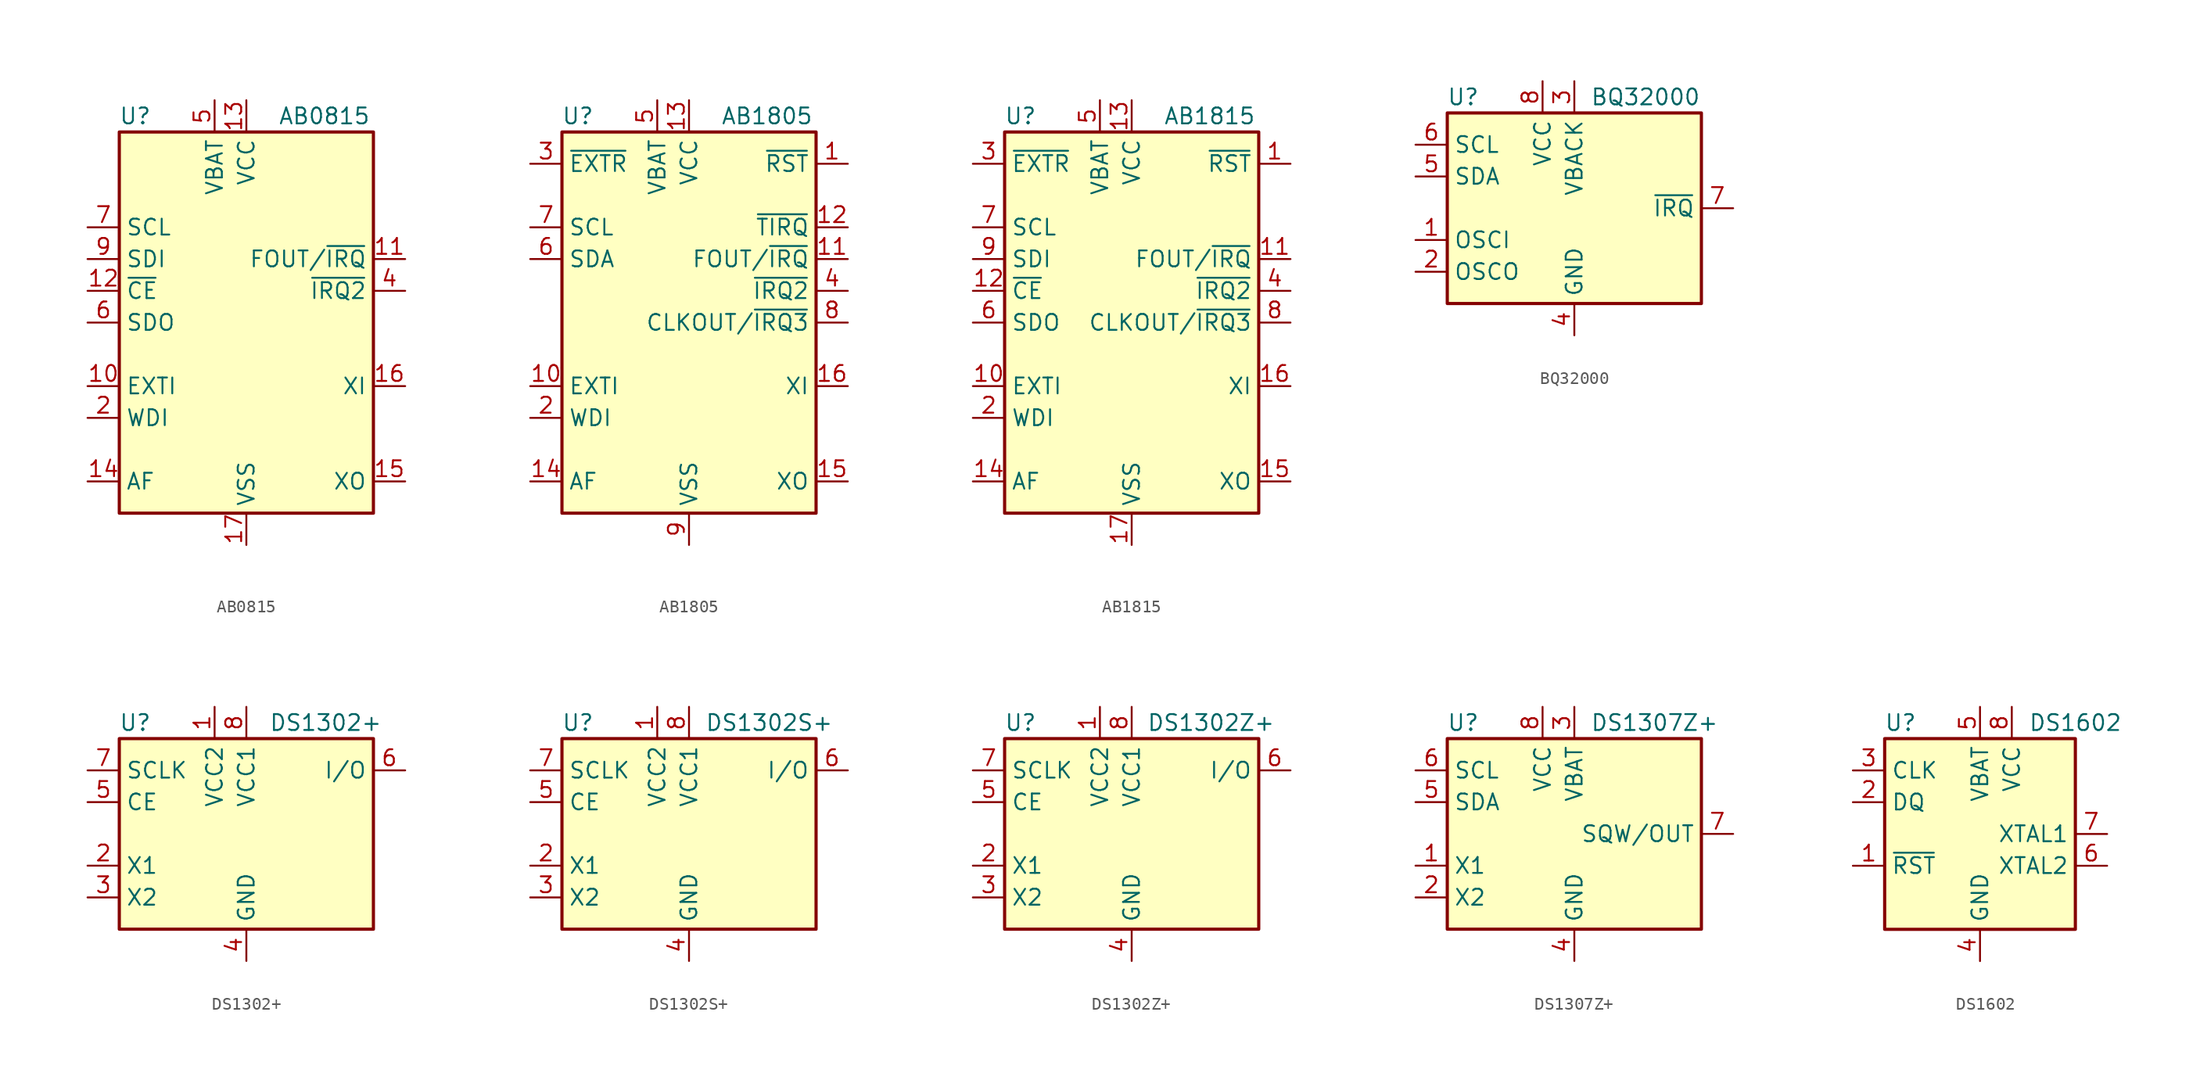
<source format=kicad_sym>
(kicad_symbol_lib
  (version 20211014)
  (generator kicad_symbol_editor)
  (symbol "AB0815"
    (property "Reference" "U"
      (at -8.89 16.51 0)
      (effects (font (size 1.27 1.27))))
    (property "Value" "AB0815"
      (at 2.54 16.51 0)
      (effects (font (size 1.27 1.27)) (justify left)))
    (symbol "AB0815_0_1"
      (rectangle (start -10.16 15.24) (end 10.16 -15.24) (stroke (width 0.254) (type default) (color 0 0 0 0)) (fill (type background))))
    (symbol "AB0815_1_1"
      (pin no_connect line (at -10.16 -2.54 0) (length 2.54) hide (name "NC" (effects (font (size 1.27 1.27)))) (number "1" (effects (font (size 1.27 1.27)))))
      (pin input line (at -12.7 -5.08 0) (length 2.54) (name "EXTI" (effects (font (size 1.27 1.27)))) (number "10" (effects (font (size 1.27 1.27)))))
      (pin open_collector line (at 12.7 5.08 180) (length 2.54) (name "FOUT/~{IRQ}" (effects (font (size 1.27 1.27)))) (number "11" (effects (font (size 1.27 1.27)))))
      (pin input line (at -12.7 2.54 0) (length 2.54) (name "~{CE}" (effects (font (size 1.27 1.27)))) (number "12" (effects (font (size 1.27 1.27)))))
      (pin power_in line (at 0 17.78 270) (length 2.54) (name "VCC" (effects (font (size 1.27 1.27)))) (number "13" (effects (font (size 1.27 1.27)))))
      (pin passive line (at -12.7 -12.7 0) (length 2.54) (name "AF" (effects (font (size 1.27 1.27)))) (number "14" (effects (font (size 1.27 1.27)))))
      (pin output line (at 12.7 -12.7 180) (length 2.54) (name "XO" (effects (font (size 1.27 1.27)))) (number "15" (effects (font (size 1.27 1.27)))))
      (pin input line (at 12.7 -5.08 180) (length 2.54) (name "XI" (effects (font (size 1.27 1.27)))) (number "16" (effects (font (size 1.27 1.27)))))
      (pin power_in line (at 0 -17.78 90) (length 2.54) (name "VSS" (effects (font (size 1.27 1.27)))) (number "17" (effects (font (size 1.27 1.27)))))
      (pin input line (at -12.7 -7.62 0) (length 2.54) (name "WDI" (effects (font (size 1.27 1.27)))) (number "2" (effects (font (size 1.27 1.27)))))
      (pin no_connect line (at -10.16 -10.16 0) (length 2.54) hide (name "NC" (effects (font (size 1.27 1.27)))) (number "3" (effects (font (size 1.27 1.27)))))
      (pin open_collector line (at 12.7 2.54 180) (length 2.54) (name "~{IRQ2}" (effects (font (size 1.27 1.27)))) (number "4" (effects (font (size 1.27 1.27)))))
      (pin power_in line (at -2.54 17.78 270) (length 2.54) (name "VBAT" (effects (font (size 1.27 1.27)))) (number "5" (effects (font (size 1.27 1.27)))))
      (pin output line (at -12.7 0 0) (length 2.54) (name "SDO" (effects (font (size 1.27 1.27)))) (number "6" (effects (font (size 1.27 1.27)))))
      (pin input line (at -12.7 7.62 0) (length 2.54) (name "SCL" (effects (font (size 1.27 1.27)))) (number "7" (effects (font (size 1.27 1.27)))))
      (pin no_connect line (at 10.16 0 180) (length 2.54) hide (name "NC" (effects (font (size 1.27 1.27)))) (number "8" (effects (font (size 1.27 1.27)))))
      (pin input line (at -12.7 5.08 0) (length 2.54) (name "SDI" (effects (font (size 1.27 1.27)))) (number "9" (effects (font (size 1.27 1.27)))))))
  (symbol "AB1805"
    (property "Reference" "U"
      (at -8.89 16.51 0)
      (effects (font (size 1.27 1.27))))
    (property "Value" "AB1805"
      (at 2.54 16.51 0)
      (effects (font (size 1.27 1.27)) (justify left)))
    (symbol "AB1805_0_1"
      (rectangle (start -10.16 15.24) (end 10.16 -15.24) (stroke (width 0.254) (type default) (color 0 0 0 0)) (fill (type background))))
    (symbol "AB1805_1_1"
      (pin open_collector line (at 12.7 12.7 180) (length 2.54) (name "~{RST}" (effects (font (size 1.27 1.27)))) (number "1" (effects (font (size 1.27 1.27)))))
      (pin input line (at -12.7 -5.08 0) (length 2.54) (name "EXTI" (effects (font (size 1.27 1.27)))) (number "10" (effects (font (size 1.27 1.27)))))
      (pin open_collector line (at 12.7 5.08 180) (length 2.54) (name "FOUT/~{IRQ}" (effects (font (size 1.27 1.27)))) (number "11" (effects (font (size 1.27 1.27)))))
      (pin open_collector line (at 12.7 7.62 180) (length 2.54) (name "~{TIRQ}" (effects (font (size 1.27 1.27)))) (number "12" (effects (font (size 1.27 1.27)))))
      (pin power_in line (at 0 17.78 270) (length 2.54) (name "VCC" (effects (font (size 1.27 1.27)))) (number "13" (effects (font (size 1.27 1.27)))))
      (pin passive line (at -12.7 -12.7 0) (length 2.54) (name "AF" (effects (font (size 1.27 1.27)))) (number "14" (effects (font (size 1.27 1.27)))))
      (pin output line (at 12.7 -12.7 180) (length 2.54) (name "XO" (effects (font (size 1.27 1.27)))) (number "15" (effects (font (size 1.27 1.27)))))
      (pin input line (at 12.7 -5.08 180) (length 2.54) (name "XI" (effects (font (size 1.27 1.27)))) (number "16" (effects (font (size 1.27 1.27)))))
      (pin passive line (at 0 -17.78 90) (length 2.54) hide (name "VSS" (effects (font (size 1.27 1.27)))) (number "17" (effects (font (size 1.27 1.27)))))
      (pin input line (at -12.7 -7.62 0) (length 2.54) (name "WDI" (effects (font (size 1.27 1.27)))) (number "2" (effects (font (size 1.27 1.27)))))
      (pin input line (at -12.7 12.7 0) (length 2.54) (name "~{EXTR}" (effects (font (size 1.27 1.27)))) (number "3" (effects (font (size 1.27 1.27)))))
      (pin open_collector line (at 12.7 2.54 180) (length 2.54) (name "~{IRQ2}" (effects (font (size 1.27 1.27)))) (number "4" (effects (font (size 1.27 1.27)))))
      (pin power_in line (at -2.54 17.78 270) (length 2.54) (name "VBAT" (effects (font (size 1.27 1.27)))) (number "5" (effects (font (size 1.27 1.27)))))
      (pin bidirectional line (at -12.7 5.08 0) (length 2.54) (name "SDA" (effects (font (size 1.27 1.27)))) (number "6" (effects (font (size 1.27 1.27)))))
      (pin input line (at -12.7 7.62 0) (length 2.54) (name "SCL" (effects (font (size 1.27 1.27)))) (number "7" (effects (font (size 1.27 1.27)))))
      (pin output line (at 12.7 0 180) (length 2.54) (name "CLKOUT/~{IRQ3}" (effects (font (size 1.27 1.27)))) (number "8" (effects (font (size 1.27 1.27)))))
      (pin power_in line (at 0 -17.78 90) (length 2.54) (name "VSS" (effects (font (size 1.27 1.27)))) (number "9" (effects (font (size 1.27 1.27)))))))
  (symbol "AB1815"
    (property "Reference" "U"
      (at -8.89 16.51 0)
      (effects (font (size 1.27 1.27))))
    (property "Value" "AB1815"
      (at 2.54 16.51 0)
      (effects (font (size 1.27 1.27)) (justify left)))
    (symbol "AB1815_0_1"
      (rectangle (start -10.16 15.24) (end 10.16 -15.24) (stroke (width 0.254) (type default) (color 0 0 0 0)) (fill (type background))))
    (symbol "AB1815_1_1"
      (pin open_collector line (at 12.7 12.7 180) (length 2.54) (name "~{RST}" (effects (font (size 1.27 1.27)))) (number "1" (effects (font (size 1.27 1.27)))))
      (pin input line (at -12.7 -5.08 0) (length 2.54) (name "EXTI" (effects (font (size 1.27 1.27)))) (number "10" (effects (font (size 1.27 1.27)))))
      (pin open_collector line (at 12.7 5.08 180) (length 2.54) (name "FOUT/~{IRQ}" (effects (font (size 1.27 1.27)))) (number "11" (effects (font (size 1.27 1.27)))))
      (pin input line (at -12.7 2.54 0) (length 2.54) (name "~{CE}" (effects (font (size 1.27 1.27)))) (number "12" (effects (font (size 1.27 1.27)))))
      (pin power_in line (at 0 17.78 270) (length 2.54) (name "VCC" (effects (font (size 1.27 1.27)))) (number "13" (effects (font (size 1.27 1.27)))))
      (pin passive line (at -12.7 -12.7 0) (length 2.54) (name "AF" (effects (font (size 1.27 1.27)))) (number "14" (effects (font (size 1.27 1.27)))))
      (pin output line (at 12.7 -12.7 180) (length 2.54) (name "XO" (effects (font (size 1.27 1.27)))) (number "15" (effects (font (size 1.27 1.27)))))
      (pin input line (at 12.7 -5.08 180) (length 2.54) (name "XI" (effects (font (size 1.27 1.27)))) (number "16" (effects (font (size 1.27 1.27)))))
      (pin power_in line (at 0 -17.78 90) (length 2.54) (name "VSS" (effects (font (size 1.27 1.27)))) (number "17" (effects (font (size 1.27 1.27)))))
      (pin input line (at -12.7 -7.62 0) (length 2.54) (name "WDI" (effects (font (size 1.27 1.27)))) (number "2" (effects (font (size 1.27 1.27)))))
      (pin input line (at -12.7 12.7 0) (length 2.54) (name "~{EXTR}" (effects (font (size 1.27 1.27)))) (number "3" (effects (font (size 1.27 1.27)))))
      (pin open_collector line (at 12.7 2.54 180) (length 2.54) (name "~{IRQ2}" (effects (font (size 1.27 1.27)))) (number "4" (effects (font (size 1.27 1.27)))))
      (pin power_in line (at -2.54 17.78 270) (length 2.54) (name "VBAT" (effects (font (size 1.27 1.27)))) (number "5" (effects (font (size 1.27 1.27)))))
      (pin output line (at -12.7 0 0) (length 2.54) (name "SDO" (effects (font (size 1.27 1.27)))) (number "6" (effects (font (size 1.27 1.27)))))
      (pin input line (at -12.7 7.62 0) (length 2.54) (name "SCL" (effects (font (size 1.27 1.27)))) (number "7" (effects (font (size 1.27 1.27)))))
      (pin output line (at 12.7 0 180) (length 2.54) (name "CLKOUT/~{IRQ3}" (effects (font (size 1.27 1.27)))) (number "8" (effects (font (size 1.27 1.27)))))
      (pin input line (at -12.7 5.08 0) (length 2.54) (name "SDI" (effects (font (size 1.27 1.27)))) (number "9" (effects (font (size 1.27 1.27)))))))
  (symbol "BQ32000"
    (property "Reference" "U"
      (at -8.89 8.89 0)
      (effects (font (size 1.27 1.27))))
    (property "Value" "BQ32000"
      (at 1.27 8.89 0)
      (effects (font (size 1.27 1.27)) (justify left)))
    (symbol "BQ32000_0_1"
      (rectangle (start -10.16 7.62) (end 10.16 -7.62) (stroke (width 0.254) (type default) (color 0 0 0 0)) (fill (type background))))
    (symbol "BQ32000_1_1"
      (pin input line (at -12.7 -2.54 0) (length 2.54) (name "OSCI" (effects (font (size 1.27 1.27)))) (number "1" (effects (font (size 1.27 1.27)))))
      (pin input line (at -12.7 -5.08 0) (length 2.54) (name "OSCO" (effects (font (size 1.27 1.27)))) (number "2" (effects (font (size 1.27 1.27)))))
      (pin power_in line (at 0 10.16 270) (length 2.54) (name "VBACK" (effects (font (size 1.27 1.27)))) (number "3" (effects (font (size 1.27 1.27)))))
      (pin power_in line (at 0 -10.16 90) (length 2.54) (name "GND" (effects (font (size 1.27 1.27)))) (number "4" (effects (font (size 1.27 1.27)))))
      (pin bidirectional line (at -12.7 2.54 0) (length 2.54) (name "SDA" (effects (font (size 1.27 1.27)))) (number "5" (effects (font (size 1.27 1.27)))))
      (pin input line (at -12.7 5.08 0) (length 2.54) (name "SCL" (effects (font (size 1.27 1.27)))) (number "6" (effects (font (size 1.27 1.27)))))
      (pin open_collector line (at 12.7 0 180) (length 2.54) (name "~{IRQ}" (effects (font (size 1.27 1.27)))) (number "7" (effects (font (size 1.27 1.27)))))
      (pin power_in line (at -2.54 10.16 270) (length 2.54) (name "VCC" (effects (font (size 1.27 1.27)))) (number "8" (effects (font (size 1.27 1.27)))))))
  (symbol "DS1302+"
    (property "Reference" "U"
      (at -8.89 8.89 0)
      (effects (font (size 1.27 1.27))))
    (property "Value" "DS1302+"
      (at 6.35 8.89 0)
      (effects (font (size 1.27 1.27))))
    (symbol "DS1302+_1_1"
      (rectangle (start -10.16 7.62) (end 10.16 -7.62) (stroke (width 0.254) (type default) (color 0 0 0 0)) (fill (type background)))
      (pin power_in line (at -2.54 10.16 270) (length 2.54) (name "VCC2" (effects (font (size 1.27 1.27)))) (number "1" (effects (font (size 1.27 1.27)))))
      (pin input line (at -12.7 -2.54 0) (length 2.54) (name "X1" (effects (font (size 1.27 1.27)))) (number "2" (effects (font (size 1.27 1.27)))))
      (pin input line (at -12.7 -5.08 0) (length 2.54) (name "X2" (effects (font (size 1.27 1.27)))) (number "3" (effects (font (size 1.27 1.27)))))
      (pin power_in line (at 0 -10.16 90) (length 2.54) (name "GND" (effects (font (size 1.27 1.27)))) (number "4" (effects (font (size 1.27 1.27)))))
      (pin input line (at -12.7 2.54 0) (length 2.54) (name "CE" (effects (font (size 1.27 1.27)))) (number "5" (effects (font (size 1.27 1.27)))))
      (pin bidirectional line (at 12.7 5.08 180) (length 2.54) (name "I/O" (effects (font (size 1.27 1.27)))) (number "6" (effects (font (size 1.27 1.27)))))
      (pin input line (at -12.7 5.08 0) (length 2.54) (name "SCLK" (effects (font (size 1.27 1.27)))) (number "7" (effects (font (size 1.27 1.27)))))
      (pin power_in line (at 0 10.16 270) (length 2.54) (name "VCC1" (effects (font (size 1.27 1.27)))) (number "8" (effects (font (size 1.27 1.27)))))))
  (symbol "DS1302S+"
    (property "Reference" "U"
      (at -8.89 8.89 0)
      (effects (font (size 1.27 1.27))))
    (property "Value" "DS1302S+"
      (at 1.27 8.89 0)
      (effects (font (size 1.27 1.27)) (justify left)))
    (symbol "DS1302S+_1_1"
      (rectangle (start -10.16 7.62) (end 10.16 -7.62) (stroke (width 0.254) (type default) (color 0 0 0 0)) (fill (type background)))
      (pin power_in line (at -2.54 10.16 270) (length 2.54) (name "VCC2" (effects (font (size 1.27 1.27)))) (number "1" (effects (font (size 1.27 1.27)))))
      (pin input line (at -12.7 -2.54 0) (length 2.54) (name "X1" (effects (font (size 1.27 1.27)))) (number "2" (effects (font (size 1.27 1.27)))))
      (pin input line (at -12.7 -5.08 0) (length 2.54) (name "X2" (effects (font (size 1.27 1.27)))) (number "3" (effects (font (size 1.27 1.27)))))
      (pin power_in line (at 0 -10.16 90) (length 2.54) (name "GND" (effects (font (size 1.27 1.27)))) (number "4" (effects (font (size 1.27 1.27)))))
      (pin input line (at -12.7 2.54 0) (length 2.54) (name "CE" (effects (font (size 1.27 1.27)))) (number "5" (effects (font (size 1.27 1.27)))))
      (pin bidirectional line (at 12.7 5.08 180) (length 2.54) (name "I/O" (effects (font (size 1.27 1.27)))) (number "6" (effects (font (size 1.27 1.27)))))
      (pin input line (at -12.7 5.08 0) (length 2.54) (name "SCLK" (effects (font (size 1.27 1.27)))) (number "7" (effects (font (size 1.27 1.27)))))
      (pin power_in line (at 0 10.16 270) (length 2.54) (name "VCC1" (effects (font (size 1.27 1.27)))) (number "8" (effects (font (size 1.27 1.27)))))))
  (symbol "DS1302Z+"
    (property "Reference" "U"
      (at -8.89 8.89 0)
      (effects (font (size 1.27 1.27))))
    (property "Value" "DS1302Z+"
      (at 6.35 8.89 0)
      (effects (font (size 1.27 1.27))))
    (symbol "DS1302Z+_1_1"
      (rectangle (start -10.16 7.62) (end 10.16 -7.62) (stroke (width 0.254) (type default) (color 0 0 0 0)) (fill (type background)))
      (pin power_in line (at -2.54 10.16 270) (length 2.54) (name "VCC2" (effects (font (size 1.27 1.27)))) (number "1" (effects (font (size 1.27 1.27)))))
      (pin input line (at -12.7 -2.54 0) (length 2.54) (name "X1" (effects (font (size 1.27 1.27)))) (number "2" (effects (font (size 1.27 1.27)))))
      (pin input line (at -12.7 -5.08 0) (length 2.54) (name "X2" (effects (font (size 1.27 1.27)))) (number "3" (effects (font (size 1.27 1.27)))))
      (pin power_in line (at 0 -10.16 90) (length 2.54) (name "GND" (effects (font (size 1.27 1.27)))) (number "4" (effects (font (size 1.27 1.27)))))
      (pin input line (at -12.7 2.54 0) (length 2.54) (name "CE" (effects (font (size 1.27 1.27)))) (number "5" (effects (font (size 1.27 1.27)))))
      (pin bidirectional line (at 12.7 5.08 180) (length 2.54) (name "I/O" (effects (font (size 1.27 1.27)))) (number "6" (effects (font (size 1.27 1.27)))))
      (pin input line (at -12.7 5.08 0) (length 2.54) (name "SCLK" (effects (font (size 1.27 1.27)))) (number "7" (effects (font (size 1.27 1.27)))))
      (pin power_in line (at 0 10.16 270) (length 2.54) (name "VCC1" (effects (font (size 1.27 1.27)))) (number "8" (effects (font (size 1.27 1.27)))))))
  (symbol "DS1307Z+"
    (property "Reference" "U"
      (at -8.89 8.89 0)
      (effects (font (size 1.27 1.27))))
    (property "Value" "DS1307Z+"
      (at 1.27 8.89 0)
      (effects (font (size 1.27 1.27)) (justify left)))
    (symbol "DS1307Z+_0_1"
      (rectangle (start -10.16 7.62) (end 10.16 -7.62) (stroke (width 0.254) (type default) (color 0 0 0 0)) (fill (type background))))
    (symbol "DS1307Z+_1_1"
      (pin input line (at -12.7 -2.54 0) (length 2.54) (name "X1" (effects (font (size 1.27 1.27)))) (number "1" (effects (font (size 1.27 1.27)))))
      (pin input line (at -12.7 -5.08 0) (length 2.54) (name "X2" (effects (font (size 1.27 1.27)))) (number "2" (effects (font (size 1.27 1.27)))))
      (pin power_in line (at 0 10.16 270) (length 2.54) (name "VBAT" (effects (font (size 1.27 1.27)))) (number "3" (effects (font (size 1.27 1.27)))))
      (pin power_in line (at 0 -10.16 90) (length 2.54) (name "GND" (effects (font (size 1.27 1.27)))) (number "4" (effects (font (size 1.27 1.27)))))
      (pin bidirectional line (at -12.7 2.54 0) (length 2.54) (name "SDA" (effects (font (size 1.27 1.27)))) (number "5" (effects (font (size 1.27 1.27)))))
      (pin input line (at -12.7 5.08 0) (length 2.54) (name "SCL" (effects (font (size 1.27 1.27)))) (number "6" (effects (font (size 1.27 1.27)))))
      (pin open_collector line (at 12.7 0 180) (length 2.54) (name "SQW/OUT" (effects (font (size 1.27 1.27)))) (number "7" (effects (font (size 1.27 1.27)))))
      (pin power_in line (at -2.54 10.16 270) (length 2.54) (name "VCC" (effects (font (size 1.27 1.27)))) (number "8" (effects (font (size 1.27 1.27)))))))
  (symbol "DS1602"
    (property "Reference" "U"
      (at -6.35 8.89 0)
      (effects (font (size 1.27 1.27))))
    (property "Value" "DS1602"
      (at 7.62 8.89 0)
      (effects (font (size 1.27 1.27))))
    (symbol "DS1602_0_1"
      (rectangle (start -7.62 7.62) (end 7.62 -7.62) (stroke (width 0.254) (type default) (color 0 0 0 0)) (fill (type background))))
    (symbol "DS1602_1_1"
      (pin input line (at -10.16 -2.54 0) (length 2.54) (name "~{RST}" (effects (font (size 1.27 1.27)))) (number "1" (effects (font (size 1.27 1.27)))))
      (pin bidirectional line (at -10.16 2.54 0) (length 2.54) (name "DQ" (effects (font (size 1.27 1.27)))) (number "2" (effects (font (size 1.27 1.27)))))
      (pin input line (at -10.16 5.08 0) (length 2.54) (name "CLK" (effects (font (size 1.27 1.27)))) (number "3" (effects (font (size 1.27 1.27)))))
      (pin power_in line (at 0 -10.16 90) (length 2.54) (name "GND" (effects (font (size 1.27 1.27)))) (number "4" (effects (font (size 1.27 1.27)))))
      (pin power_in line (at 0 10.16 270) (length 2.54) (name "VBAT" (effects (font (size 1.27 1.27)))) (number "5" (effects (font (size 1.27 1.27)))))
      (pin passive line (at 10.16 -2.54 180) (length 2.54) (name "XTAL2" (effects (font (size 1.27 1.27)))) (number "6" (effects (font (size 1.27 1.27)))))
      (pin passive line (at 10.16 0 180) (length 2.54) (name "XTAL1" (effects (font (size 1.27 1.27)))) (number "7" (effects (font (size 1.27 1.27)))))
      (pin power_in line (at 2.54 10.16 270) (length 2.54) (name "VCC" (effects (font (size 1.27 1.27)))) (number "8" (effects (font (size 1.27 1.27))))))))
</source>
